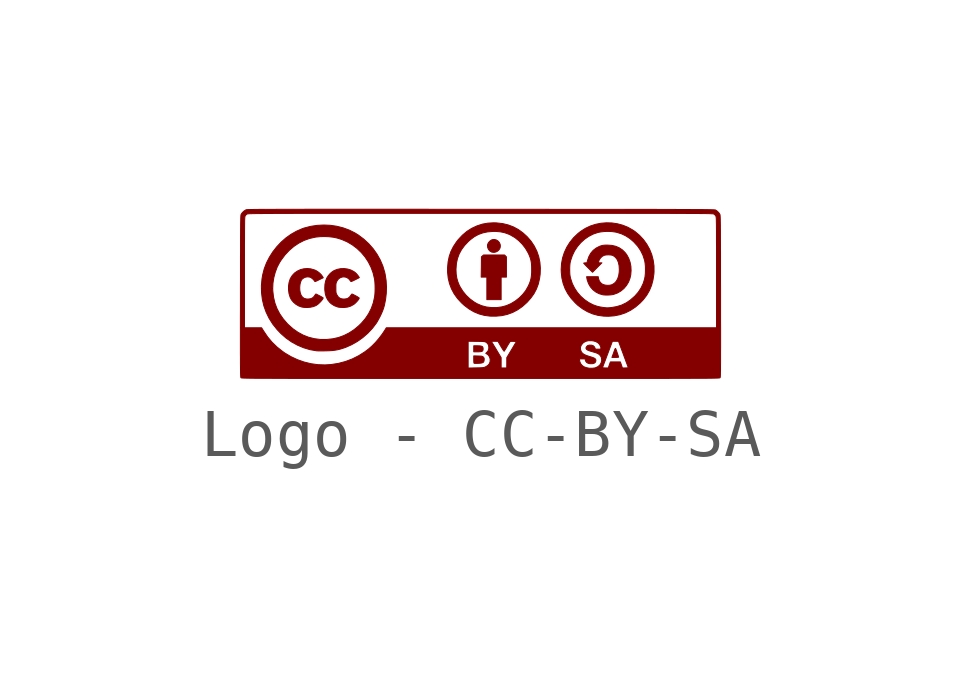
<source format=kicad_sym>
(kicad_symbol_lib
  (version 20241209)
  (generator "kicad_symbol_editor")
  (generator_version "9.0")
  (symbol "Logo - CC-BY-SA"
    (property "Reference" "U"
      (at -4.826 3.048 0)
      (effects (font (size 1.27 1.27)) (hide yes)))
    (symbol "Logo - CC-BY-SA_0_0"
      (polyline (pts (xy -3.81 0) (xy -3.748 0.013) (xy -3.695 0.034) (xy -3.675 0.046) (xy -3.647 0.067) (xy -3.62 0.092) (xy -3.593 0.119) (xy -3.571 0.145) (xy -3.554 0.168) (xy -3.544 0.186) (xy -3.545 0.197) (xy -3.547 0.199) (xy -3.561 0.207) (xy -3.583 0.22) (xy -3.611 0.235) (xy -3.639 0.249) (xy -3.664 0.262) (xy -3.684 0.272) (xy -3.693 0.275) (xy -3.697 0.273) (xy -3.708 0.26) (xy -3.721 0.24) (xy -3.733 0.223) (xy -3.766 0.193) (xy -3.808 0.176) (xy -3.861 0.17) (xy -3.897 0.173) (xy -3.941 0.186) (xy -3.975 0.212) (xy -4.002 0.25) (xy -4.02 0.302) (xy -4.029 0.353) (xy -4.031 0.412) (xy -4.026 0.469) (xy -4.014 0.522) (xy -3.996 0.565) (xy -3.981 0.585) (xy -3.947 0.61) (xy -3.907 0.627) (xy -3.863 0.633) (xy -3.82 0.627) (xy -3.802 0.62) (xy -3.771 0.599) (xy -3.742 0.573) (xy -3.722 0.545) (xy -3.718 0.539) (xy -3.713 0.536) (xy -3.703 0.537) (xy -3.688 0.543) (xy -3.663 0.554) (xy -3.627 0.572) (xy -3.541 0.614) (xy -3.554 0.638) (xy -3.557 0.642) (xy -3.582 0.676) (xy -3.617 0.711) (xy -3.657 0.742) (xy -3.697 0.766) (xy -3.727 0.778) (xy -3.8 0.799) (xy -3.873 0.806) (xy -3.946 0.8) (xy -4.015 0.783) (xy -4.079 0.753) (xy -4.137 0.713) (xy -4.185 0.662) (xy -4.223 0.602) (xy -4.229 0.59) (xy -4.252 0.519) (xy -4.264 0.442) (xy -4.264 0.362) (xy -4.253 0.282) (xy -4.23 0.207) (xy -4.204 0.157) (xy -4.162 0.106) (xy -4.111 0.062) (xy -4.052 0.027) (xy -3.99 0.005) (xy -3.941 -0.003) (xy -3.876 -0.006) (xy -3.81 0)) (stroke (width 0.01) (type default)) (fill (type outline)))
      (polyline (pts (xy -3.547 -0.909) (xy -3.497 -0.908) (xy -3.496 -0.908) (xy -3.418 -0.906) (xy -3.351 -0.902) (xy -3.292 -0.894) (xy -3.235 -0.884) (xy -3.177 -0.869) (xy -3.115 -0.849) (xy -3.076 -0.836) (xy -2.952 -0.781) (xy -2.832 -0.713) (xy -2.719 -0.633) (xy -2.614 -0.542) (xy -2.519 -0.441) (xy -2.436 -0.332) (xy -2.415 -0.298) (xy -2.386 -0.246) (xy -2.356 -0.189) (xy -2.328 -0.13) (xy -2.304 -0.073) (xy -2.287 -0.026) (xy -2.268 0.038) (xy -2.243 0.162) (xy -2.228 0.292) (xy -2.224 0.425) (xy -2.232 0.557) (xy -2.252 0.685) (xy -2.261 0.727) (xy -2.3 0.858) (xy -2.354 0.984) (xy -2.421 1.104) (xy -2.501 1.217) (xy -2.593 1.322) (xy -2.697 1.418) (xy -2.812 1.504) (xy -2.883 1.548) (xy -3.002 1.607) (xy -3.127 1.653) (xy -3.258 1.686) (xy -3.392 1.706) (xy -3.529 1.712) (xy -3.667 1.705) (xy -3.804 1.684) (xy -3.939 1.649) (xy -3.981 1.634) (xy -4.098 1.583) (xy -4.211 1.519) (xy -4.318 1.443) (xy -4.418 1.355) (xy -4.509 1.258) (xy -4.591 1.153) (xy -4.662 1.041) (xy -4.722 0.924) (xy -4.769 0.802) (xy -4.801 0.678) (xy -4.816 0.591) (xy -4.829 0.445) (xy -4.828 0.389) (xy -4.593 0.389) (xy -4.588 0.502) (xy -4.57 0.617) (xy -4.54 0.729) (xy -4.5 0.836) (xy -4.449 0.933) (xy -4.416 0.984) (xy -4.337 1.09) (xy -4.249 1.184) (xy -4.153 1.266) (xy -4.05 1.335) (xy -3.941 1.391) (xy -3.826 1.432) (xy -3.706 1.459) (xy -3.687 1.462) (xy -3.602 1.47) (xy -3.511 1.472) (xy -3.42 1.468) (xy -3.333 1.458) (xy -3.255 1.442) (xy -3.156 1.411) (xy -3.043 1.362) (xy -2.936 1.299) (xy -2.838 1.225) (xy -2.749 1.14) (xy -2.67 1.046) (xy -2.602 0.943) (xy -2.546 0.832) (xy -2.503 0.715) (xy -2.474 0.592) (xy -2.47 0.568) (xy -2.465 0.516) (xy -2.462 0.456) (xy -2.461 0.393) (xy -2.462 0.331) (xy -2.465 0.274) (xy -2.47 0.228) (xy -2.472 0.213) (xy -2.499 0.091) (xy -2.54 -0.024) (xy -2.595 -0.133) (xy -2.663 -0.235) (xy -2.747 -0.333) (xy -2.799 -0.384) (xy -2.897 -0.466) (xy -3.002 -0.535) (xy -3.112 -0.59) (xy -3.225 -0.631) (xy -3.341 -0.657) (xy -3.47 -0.671) (xy -3.6 -0.671) (xy -3.725 -0.655) (xy -3.845 -0.625) (xy -3.96 -0.58) (xy -4.07 -0.52) (xy -4.175 -0.446) (xy -4.274 -0.357) (xy -4.288 -0.343) (xy -4.374 -0.243) (xy -4.446 -0.139) (xy -4.504 -0.029) (xy -4.547 0.086) (xy -4.576 0.209) (xy -4.591 0.338) (xy -4.593 0.389) (xy -4.828 0.389) (xy -4.826 0.302) (xy -4.809 0.163) (xy -4.777 0.027) (xy -4.73 -0.103) (xy -4.669 -0.229) (xy -4.593 -0.35) (xy -4.502 -0.464) (xy -4.423 -0.547) (xy -4.316 -0.641) (xy -4.201 -0.722) (xy -4.079 -0.789) (xy -3.951 -0.843) (xy -3.818 -0.883) (xy -3.681 -0.907) (xy -3.68 -0.907) (xy -3.662 -0.908) (xy -3.632 -0.909) (xy -3.593 -0.909) (xy -3.547 -0.909)) (stroke (width 0.01) (type default)) (fill (type outline)))
      (polyline (pts (xy -3.1 -0.005) (xy -3.031 0.004) (xy -2.968 0.024) (xy -2.909 0.057) (xy -2.9 0.063) (xy -2.875 0.084) (xy -2.85 0.109) (xy -2.826 0.135) (xy -2.807 0.16) (xy -2.795 0.18) (xy -2.792 0.192) (xy -2.795 0.195) (xy -2.808 0.204) (xy -2.829 0.218) (xy -2.856 0.233) (xy -2.885 0.248) (xy -2.911 0.262) (xy -2.931 0.271) (xy -2.942 0.275) (xy -2.948 0.272) (xy -2.959 0.258) (xy -2.974 0.238) (xy -2.989 0.217) (xy -3.021 0.19) (xy -3.061 0.175) (xy -3.111 0.17) (xy -3.154 0.174) (xy -3.196 0.189) (xy -3.23 0.217) (xy -3.256 0.258) (xy -3.263 0.27) (xy -3.27 0.288) (xy -3.275 0.307) (xy -3.277 0.329) (xy -3.278 0.359) (xy -3.278 0.4) (xy -3.278 0.427) (xy -3.278 0.461) (xy -3.276 0.486) (xy -3.272 0.505) (xy -3.266 0.523) (xy -3.256 0.543) (xy -3.25 0.555) (xy -3.22 0.593) (xy -3.18 0.618) (xy -3.131 0.632) (xy -3.127 0.632) (xy -3.082 0.629) (xy -3.039 0.613) (xy -3.001 0.583) (xy -2.971 0.543) (xy -2.969 0.54) (xy -2.963 0.536) (xy -2.954 0.537) (xy -2.938 0.543) (xy -2.913 0.554) (xy -2.877 0.572) (xy -2.874 0.573) (xy -2.841 0.59) (xy -2.815 0.603) (xy -2.797 0.613) (xy -2.79 0.617) (xy -2.791 0.62) (xy -2.799 0.633) (xy -2.813 0.653) (xy -2.831 0.676) (xy -2.85 0.698) (xy -2.867 0.715) (xy -2.904 0.743) (xy -2.965 0.775) (xy -3.032 0.795) (xy -3.104 0.805) (xy -3.177 0.803) (xy -3.248 0.789) (xy -3.315 0.763) (xy -3.316 0.762) (xy -3.342 0.746) (xy -3.373 0.723) (xy -3.4 0.698) (xy -3.434 0.659) (xy -3.468 0.606) (xy -3.491 0.546) (xy -3.505 0.478) (xy -3.509 0.399) (xy -3.508 0.358) (xy -3.498 0.28) (xy -3.478 0.212) (xy -3.447 0.153) (xy -3.404 0.1) (xy -3.373 0.072) (xy -3.312 0.033) (xy -3.241 0.006) (xy -3.235 0.004) (xy -3.204 -0.001) (xy -3.167 -0.004) (xy -3.129 -0.005) (xy -3.1 -0.005)) (stroke (width 0.01) (type default)) (fill (type outline)))
      (polyline (pts (xy -0.314 -1.168) (xy -0.28 -1.166) (xy -0.243 -1.161) (xy -0.218 -1.153) (xy -0.202 -1.14) (xy -0.194 -1.121) (xy -0.19 -1.095) (xy -0.19 -1.091) (xy -0.19 -1.067) (xy -0.196 -1.052) (xy -0.208 -1.037) (xy -0.211 -1.034) (xy -0.222 -1.027) (xy -0.234 -1.022) (xy -0.252 -1.018) (xy -0.279 -1.017) (xy -0.318 -1.015) (xy -0.407 -1.013) (xy -0.407 -1.086) (xy -0.407 -1.104) (xy -0.406 -1.134) (xy -0.404 -1.156) (xy -0.401 -1.166) (xy -0.396 -1.167) (xy -0.377 -1.169) (xy -0.349 -1.169) (xy -0.314 -1.168)) (stroke (width 0.01) (type default)) (fill (type outline)))
      (polyline (pts (xy -0.301 -0.928) (xy -0.263 -0.925) (xy -0.237 -0.919) (xy -0.222 -0.908) (xy -0.214 -0.891) (xy -0.212 -0.867) (xy -0.213 -0.852) (xy -0.218 -0.832) (xy -0.231 -0.817) (xy -0.253 -0.809) (xy -0.286 -0.804) (xy -0.332 -0.803) (xy -0.407 -0.803) (xy -0.407 -0.866) (xy -0.407 -0.928) (xy -0.325 -0.928) (xy -0.301 -0.928)) (stroke (width 0.01) (type default)) (fill (type outline)))
      (polyline (pts (xy 0.056 1.151) (xy 0.092 1.17) (xy 0.121 1.199) (xy 0.141 1.235) (xy 0.147 1.276) (xy 0.142 1.311) (xy 0.125 1.349) (xy 0.097 1.38) (xy 0.062 1.401) (xy 0.022 1.411) (xy -0.02 1.407) (xy -0.044 1.397) (xy -0.076 1.373) (xy -0.102 1.343) (xy -0.117 1.31) (xy -0.121 1.286) (xy -0.117 1.244) (xy -0.101 1.205) (xy -0.075 1.173) (xy -0.04 1.151) (xy -0.026 1.147) (xy 0.016 1.142) (xy 0.056 1.151)) (stroke (width 0.01) (type default)) (fill (type outline)))
      (polyline (pts (xy 0.163 0.392) (xy 0.163 0.627) (xy 0.218 0.627) (xy 0.273 0.627) (xy 0.273 0.838) (xy 0.273 1.049) (xy 0.253 1.069) (xy 0.234 1.088) (xy 0.015 1.088) (xy -0.203 1.088) (xy -0.225 1.069) (xy -0.247 1.05) (xy -0.249 0.838) (xy -0.252 0.627) (xy -0.193 0.627) (xy -0.134 0.627) (xy -0.134 0.392) (xy -0.134 0.158) (xy 0.015 0.158) (xy 0.163 0.158) (xy 0.163 0.392)) (stroke (width 0.01) (type default)) (fill (type outline)))
      (polyline (pts (xy 0.176 -0.175) (xy 0.292 -0.149) (xy 0.402 -0.109) (xy 0.506 -0.054) (xy 0.605 0.015) (xy 0.699 0.099) (xy 0.703 0.103) (xy 0.782 0.192) (xy 0.847 0.283) (xy 0.898 0.38) (xy 0.937 0.484) (xy 0.963 0.597) (xy 0.976 0.69) (xy 0.98 0.816) (xy 0.97 0.938) (xy 0.945 1.056) (xy 0.906 1.168) (xy 0.852 1.275) (xy 0.785 1.376) (xy 0.704 1.469) (xy 0.615 1.55) (xy 0.519 1.619) (xy 0.418 1.673) (xy 0.309 1.714) (xy 0.193 1.742) (xy 0.068 1.756) (xy 0.008 1.758) (xy -0.113 1.751) (xy -0.23 1.73) (xy -0.342 1.693) (xy -0.449 1.643) (xy -0.55 1.579) (xy -0.642 1.501) (xy -0.727 1.411) (xy -0.766 1.361) (xy -0.831 1.263) (xy -0.882 1.162) (xy -0.918 1.057) (xy -0.941 0.945) (xy -0.952 0.825) (xy -0.952 0.783) (xy -0.777 0.783) (xy -0.776 0.804) (xy -0.768 0.913) (xy -0.746 1.014) (xy -0.711 1.109) (xy -0.662 1.199) (xy -0.598 1.286) (xy -0.519 1.37) (xy -0.476 1.408) (xy -0.396 1.468) (xy -0.31 1.515) (xy -0.219 1.548) (xy -0.121 1.569) (xy -0.013 1.578) (xy 0.059 1.578) (xy 0.15 1.57) (xy 0.235 1.552) (xy 0.317 1.523) (xy 0.354 1.506) (xy 0.446 1.453) (xy 0.53 1.387) (xy 0.606 1.31) (xy 0.672 1.224) (xy 0.726 1.131) (xy 0.746 1.088) (xy 0.768 1.032) (xy 0.783 0.979) (xy 0.793 0.922) (xy 0.798 0.858) (xy 0.799 0.783) (xy 0.799 0.727) (xy 0.794 0.661) (xy 0.786 0.602) (xy 0.772 0.548) (xy 0.753 0.494) (xy 0.726 0.435) (xy 0.723 0.43) (xy 0.674 0.344) (xy 0.613 0.267) (xy 0.54 0.194) (xy 0.46 0.131) (xy 0.368 0.075) (xy 0.272 0.033) (xy 0.175 0.007) (xy 0.073 -0.007) (xy -0.036 -0.007) (xy -0.142 0.005) (xy -0.243 0.032) (xy -0.338 0.073) (xy -0.399 0.109) (xy -0.485 0.172) (xy -0.564 0.247) (xy -0.632 0.33) (xy -0.688 0.418) (xy -0.71 0.46) (xy -0.74 0.535) (xy -0.761 0.611) (xy -0.773 0.692) (xy -0.777 0.783) (xy -0.952 0.783) (xy -0.952 0.729) (xy -0.939 0.607) (xy -0.912 0.493) (xy -0.871 0.384) (xy -0.816 0.281) (xy -0.746 0.183) (xy -0.66 0.09) (xy -0.604 0.039) (xy -0.506 -0.035) (xy -0.404 -0.095) (xy -0.296 -0.14) (xy -0.184 -0.17) (xy -0.067 -0.185) (xy 0.054 -0.186) (xy 0.176 -0.175)) (stroke (width 0.01) (type default)) (fill (type outline)))
      (polyline (pts (xy 1.595 -1.483) (xy 1.838 -1.483) (xy 2.068 -1.483) (xy 2.286 -1.482) (xy 2.492 -1.482) (xy 2.686 -1.482) (xy 2.868 -1.482) (xy 3.038 -1.482) (xy 3.198 -1.482) (xy 3.348 -1.482) (xy 3.487 -1.482) (xy 3.616 -1.482) (xy 3.737 -1.481) (xy 3.848 -1.481) (xy 3.95 -1.481) (xy 4.044 -1.481) (xy 4.13 -1.48) (xy 4.208 -1.48) (xy 4.279 -1.48) (xy 4.343 -1.479) (xy 4.401 -1.479) (xy 4.452 -1.479) (xy 4.498 -1.478) (xy 4.538 -1.478) (xy 4.573 -1.477) (xy 4.603 -1.477) (xy 4.628 -1.476) (xy 4.65 -1.476) (xy 4.668 -1.475) (xy 4.682 -1.474) (xy 4.694 -1.474) (xy 4.703 -1.473) (xy 4.71 -1.472) (xy 4.715 -1.471) (xy 4.718 -1.47) (xy 4.72 -1.469) (xy 4.721 -1.468) (xy 4.722 -1.467) (xy 4.723 -1.464) (xy 4.724 -1.459) (xy 4.726 -1.451) (xy 4.727 -1.439) (xy 4.728 -1.424) (xy 4.729 -1.404) (xy 4.729 -1.379) (xy 4.73 -1.348) (xy 4.731 -1.311) (xy 4.731 -1.266) (xy 4.731 -1.214) (xy 4.732 -1.154) (xy 4.732 -1.085) (xy 4.732 -1.006) (xy 4.732 -0.918) (xy 4.733 -0.818) (xy 4.733 -0.708) (xy 4.733 -0.585) (xy 4.733 -0.45) (xy 4.732 -0.301) (xy 4.732 -0.139) (xy 4.732 0.037) (xy 4.732 0.229) (xy 4.732 0.369) (xy 4.731 0.549) (xy 4.731 0.715) (xy 4.731 0.867) (xy 4.731 1.006) (xy 4.731 1.132) (xy 4.73 1.246) (xy 4.73 1.349) (xy 4.729 1.44) (xy 4.729 1.522) (xy 4.729 1.594) (xy 4.728 1.657) (xy 4.728 1.711) (xy 4.727 1.758) (xy 4.726 1.798) (xy 4.726 1.831) (xy 4.725 1.858) (xy 4.724 1.88) (xy 4.723 1.898) (xy 4.722 1.911) (xy 4.721 1.921) (xy 4.719 1.928) (xy 4.718 1.933) (xy 4.716 1.937) (xy 4.695 1.968) (xy 4.663 2) (xy 4.629 2.024) (xy 4.628 2.024) (xy 4.625 2.025) (xy 4.621 2.026) (xy 4.614 2.027) (xy 4.606 2.027) (xy 4.594 2.028) (xy 4.58 2.029) (xy 4.562 2.03) (xy 4.541 2.03) (xy 4.516 2.031) (xy 4.486 2.031) (xy 4.451 2.032) (xy 4.412 2.032) (xy 4.367 2.033) (xy 4.316 2.033) (xy 4.258 2.034) (xy 4.194 2.034) (xy 4.123 2.034) (xy 4.045 2.035) (xy 3.96 2.035) (xy 3.866 2.035) (xy 3.764 2.036) (xy 3.652 2.036) (xy 3.532 2.036) (xy 3.403 2.037) (xy 3.263 2.037) (xy 3.114 2.037) (xy 2.954 2.037) (xy 2.783 2.037) (xy 2.6 2.038) (xy 2.406 2.038) (xy 2.2 2.038) (xy 1.982 2.038) (xy 1.75 2.038) (xy 1.506 2.038) (xy 1.248 2.038) (xy 0.977 2.039) (xy 0.691 2.039) (xy 0.391 2.039) (xy 0.076 2.039) (xy -0.255 2.039) (xy -0.508 2.039) (xy -0.828 2.039) (xy -1.133 2.039) (xy -1.424 2.04) (xy -1.7 2.04) (xy -1.962 2.04) (xy -2.211 2.04) (xy -2.447 2.04) (xy -2.67 2.04) (xy -2.88 2.04) (xy -3.078 2.04) (xy -3.264 2.04) (xy -3.439 2.04) (xy -3.603 2.04) (xy -3.756 2.04) (xy -3.899 2.04) (xy -4.032 2.039) (xy -4.155 2.039) (xy -4.269 2.039) (xy -4.374 2.039) (xy -4.47 2.039) (xy -4.558 2.038) (xy -4.639 2.038) (xy -4.712 2.038) (xy -4.777 2.037) (xy -4.836 2.037) (xy -4.888 2.037) (xy -4.935 2.036) (xy -4.976 2.036) (xy -5.011 2.035) (xy -5.041 2.035) (xy -5.067 2.034) (xy -5.088 2.034) (xy -5.106 2.033) (xy -5.12 2.032) (xy -5.13 2.031) (xy -5.138 2.031) (xy -5.144 2.03) (xy -5.147 2.029) (xy -5.157 2.024) (xy -5.192 2.002) (xy -5.225 1.971) (xy -5.249 1.937) (xy -5.251 1.934) (xy -5.252 1.929) (xy -5.253 1.923) (xy -5.255 1.913) (xy -5.256 1.901) (xy -5.257 1.885) (xy -5.258 1.864) (xy -5.259 1.838) (xy -5.259 1.807) (xy -5.26 1.769) (xy -5.261 1.724) (xy -5.261 1.672) (xy -5.262 1.611) (xy -5.262 1.542) (xy -5.263 1.463) (xy -5.263 1.375) (xy -5.263 1.275) (xy -5.263 1.165) (xy -5.264 1.042) (xy -5.264 0.907) (xy -5.264 0.759) (xy -5.264 0.597) (xy -5.265 0.42) (xy -5.265 0.229) (xy -5.265 0.133) (xy -5.265 -0.051) (xy -5.266 -0.22) (xy -5.266 -0.376) (xy -5.266 -0.428) (xy -5.181 -0.428) (xy -5.181 0.723) (xy -5.181 0.829) (xy -5.181 0.976) (xy -5.181 1.108) (xy -5.181 1.227) (xy -5.181 1.334) (xy -5.18 1.428) (xy -5.18 1.511) (xy -5.18 1.583) (xy -5.179 1.645) (xy -5.179 1.699) (xy -5.178 1.744) (xy -5.178 1.781) (xy -5.177 1.812) (xy -5.176 1.837) (xy -5.175 1.856) (xy -5.174 1.871) (xy -5.172 1.882) (xy -5.171 1.89) (xy -5.169 1.896) (xy -5.167 1.9) (xy -5.15 1.923) (xy -5.126 1.941) (xy -5.124 1.942) (xy -5.121 1.943) (xy -5.116 1.944) (xy -5.11 1.945) (xy -5.101 1.945) (xy -5.09 1.946) (xy -5.076 1.947) (xy -5.058 1.948) (xy -5.037 1.948) (xy -5.012 1.949) (xy -4.982 1.949) (xy -4.948 1.95) (xy -4.909 1.95) (xy -4.864 1.951) (xy -4.814 1.951) (xy -4.757 1.952) (xy -4.694 1.952) (xy -4.623 1.952) (xy -4.546 1.953) (xy -4.461 1.953) (xy -4.367 1.953) (xy -4.266 1.953) (xy -4.156 1.954) (xy -4.037 1.954) (xy -3.908 1.954) (xy -3.769 1.954) (xy -3.621 1.954) (xy -3.461 1.954) (xy -3.291 1.954) (xy -3.11 1.955) (xy -2.917 1.955) (xy -2.712 1.955) (xy -2.494 1.955) (xy -2.264 1.955) (xy -2.021 1.955) (xy -1.764 1.955) (xy -1.494 1.955) (xy -1.209 1.955) (xy -0.91 1.955) (xy -0.596 1.955) (xy -0.266 1.955) (xy -0.082 1.955) (xy 0.239 1.955) (xy 0.544 1.955) (xy 0.835 1.955) (xy 1.111 1.955) (xy 1.374 1.955) (xy 1.623 1.955) (xy 1.858 1.955) (xy 2.081 1.955) (xy 2.291 1.955) (xy 2.489 1.955) (xy 2.676 1.955) (xy 2.851 1.954) (xy 3.014 1.954) (xy 3.168 1.954) (xy 3.311 1.954) (xy 3.443 1.954) (xy 3.567 1.954) (xy 3.681 1.954) (xy 3.786 1.953) (xy 3.883 1.953) (xy 3.971 1.953) (xy 4.052 1.952) (xy 4.125 1.952) (xy 4.191 1.952) (xy 4.251 1.952) (xy 4.304 1.951) (xy 4.352 1.951) (xy 4.393 1.95) (xy 4.43 1.95) (xy 4.462 1.949) (xy 4.489 1.949) (xy 4.512 1.948) (xy 4.531 1.947) (xy 4.547 1.947) (xy 4.559 1.946) (xy 4.57 1.945) (xy 4.577 1.944) (xy 4.583 1.944) (xy 4.588 1.943) (xy 4.59 1.942) (xy 4.593 1.941) (xy 4.594 1.94) (xy 4.616 1.922) (xy 4.633 1.9) (xy 4.634 1.9) (xy 4.636 1.895) (xy 4.637 1.89) (xy 4.639 1.883) (xy 4.64 1.873) (xy 4.642 1.859) (xy 4.643 1.841) (xy 4.644 1.819) (xy 4.644 1.79) (xy 4.645 1.755) (xy 4.646 1.713) (xy 4.646 1.663) (xy 4.647 1.603) (xy 4.647 1.535) (xy 4.647 1.456) (xy 4.647 1.366) (xy 4.648 1.264) (xy 4.648 1.149) (xy 4.648 1.021) (xy 4.648 0.879) (xy 4.648 0.723) (xy 4.648 -0.428) (xy 1.21 -0.428) (xy -2.228 -0.428) (xy -2.257 -0.476) (xy -2.259 -0.479) (xy -2.316 -0.564) (xy -2.381 -0.649) (xy -2.451 -0.731) (xy -2.524 -0.805) (xy -2.595 -0.868) (xy -2.673 -0.927) (xy -2.767 -0.987) (xy -0.524 -0.987) (xy -0.524 -0.708) (xy -0.448 -0.709) (xy -0.041 -0.709) (xy 0.028 -0.709) (xy 0.097 -0.709) (xy 0.158 -0.815) (xy 0.171 -0.836) (xy 0.191 -0.869) (xy 0.208 -0.895) (xy 0.22 -0.911) (xy 0.226 -0.916) (xy 0.227 -0.915) (xy 0.235 -0.902) (xy 0.249 -0.88) (xy 0.268 -0.85) (xy 0.288 -0.814) (xy 0.296 -0.8) (xy 0.317 -0.766) (xy 0.334 -0.739) (xy 0.347 -0.72) (xy 0.354 -0.712) (xy 0.355 -0.712) (xy 0.369 -0.711) (xy 0.393 -0.71) (xy 0.423 -0.711) (xy 0.482 -0.713) (xy 0.382 -0.881) (xy 0.281 -1.049) (xy 0.281 -1.1) (xy 1.796 -1.1) (xy 1.796 -1.076) (xy 1.854 -1.076) (xy 1.911 -1.076) (xy 1.917 -1.103) (xy 1.922 -1.12) (xy 1.941 -1.147) (xy 1.972 -1.166) (xy 2.012 -1.176) (xy 2.059 -1.176) (xy 2.076 -1.173) (xy 2.109 -1.161) (xy 2.129 -1.14) (xy 2.136 -1.112) (xy 2.136 -1.111) (xy 2.134 -1.093) (xy 2.126 -1.078) (xy 2.111 -1.065) (xy 2.087 -1.053) (xy 2.051 -1.04) (xy 2.002 -1.025) (xy 1.996 -1.023) (xy 1.941 -1.005) (xy 1.9 -0.987) (xy 1.869 -0.968) (xy 1.846 -0.946) (xy 1.829 -0.92) (xy 1.829 -0.919) (xy 1.814 -0.875) (xy 1.815 -0.831) (xy 1.832 -0.79) (xy 1.863 -0.75) (xy 1.887 -0.731) (xy 1.932 -0.708) (xy 1.984 -0.696) (xy 2.046 -0.696) (xy 2.085 -0.701) (xy 2.139 -0.717) (xy 2.182 -0.743) (xy 2.214 -0.777) (xy 2.234 -0.819) (xy 2.24 -0.843) (xy 2.241 -0.86) (xy 2.234 -0.869) (xy 2.216 -0.873) (xy 2.184 -0.873) (xy 2.127 -0.873) (xy 2.114 -0.842) (xy 2.107 -0.827) (xy 2.083 -0.803) (xy 2.048 -0.79) (xy 2.004 -0.789) (xy 1.987 -0.792) (xy 1.964 -0.799) (xy 1.947 -0.814) (xy 1.932 -0.837) (xy 1.93 -0.859) (xy 1.943 -0.879) (xy 1.971 -0.896) (xy 2.014 -0.912) (xy 2.044 -0.92) (xy 2.086 -0.933) (xy 2.124 -0.944) (xy 2.153 -0.954) (xy 2.199 -0.978) (xy 2.231 -1.01) (xy 2.251 -1.05) (xy 2.257 -1.098) (xy 2.256 -1.116) (xy 2.243 -1.163) (xy 2.217 -1.204) (xy 2.179 -1.236) (xy 2.135 -1.257) (xy 2.274 -1.257) (xy 2.277 -1.248) (xy 2.286 -1.225) (xy 2.298 -1.192) (xy 2.314 -1.149) (xy 2.334 -1.098) (xy 2.355 -1.041) (xy 2.378 -0.98) (xy 2.48 -0.709) (xy 2.543 -0.709) (xy 2.607 -0.709) (xy 2.707 -0.977) (xy 2.729 -1.038) (xy 2.751 -1.095) (xy 2.769 -1.146) (xy 2.786 -1.189) (xy 2.798 -1.222) (xy 2.806 -1.245) (xy 2.81 -1.254) (xy 2.81 -1.257) (xy 2.802 -1.261) (xy 2.783 -1.263) (xy 2.751 -1.264) (xy 2.688 -1.264) (xy 2.667 -1.201) (xy 2.646 -1.139) (xy 2.542 -1.139) (xy 2.438 -1.139) (xy 2.416 -1.201) (xy 2.394 -1.264) (xy 2.333 -1.264) (xy 2.325 -1.264) (xy 2.298 -1.263) (xy 2.28 -1.26) (xy 2.274 -1.257) (xy 2.135 -1.257) (xy 2.131 -1.259) (xy 2.114 -1.264) (xy 2.057 -1.271) (xy 1.996 -1.27) (xy 1.937 -1.258) (xy 1.886 -1.239) (xy 1.851 -1.213) (xy 1.822 -1.179) (xy 1.803 -1.139) (xy 1.796 -1.1) (xy 0.281 -1.1) (xy 0.281 -1.157) (xy 0.28 -1.264) (xy 0.222 -1.264) (xy 0.163 -1.264) (xy 0.163 -1.157) (xy 0.163 -1.049) (xy 0.076 -0.904) (xy 0.069 -0.891) (xy 0.043 -0.848) (xy 0.018 -0.808) (xy -0.002 -0.774) (xy -0.017 -0.749) (xy -0.026 -0.735) (xy -0.041 -0.709) (xy -0.448 -0.709) (xy -0.35 -0.711) (xy -0.315 -0.711) (xy -0.267 -0.712) (xy -0.23 -0.713) (xy -0.203 -0.715) (xy -0.184 -0.717) (xy -0.17 -0.72) (xy -0.159 -0.725) (xy -0.149 -0.73) (xy -0.118 -0.757) (xy -0.099 -0.792) (xy -0.093 -0.837) (xy -0.096 -0.871) (xy -0.111 -0.912) (xy -0.139 -0.943) (xy -0.141 -0.945) (xy -0.153 -0.956) (xy -0.156 -0.961) (xy -0.156 -0.962) (xy -0.146 -0.967) (xy -0.13 -0.976) (xy -0.103 -0.998) (xy -0.08 -1.032) (xy -0.067 -1.073) (xy -0.065 -1.085) (xy -0.067 -1.134) (xy -0.082 -1.175) (xy -0.11 -1.209) (xy -0.153 -1.237) (xy -0.168 -1.244) (xy -0.182 -1.25) (xy -0.196 -1.254) (xy -0.213 -1.257) (xy -0.236 -1.259) (xy -0.267 -1.261) (xy -0.308 -1.262) (xy -0.362 -1.263) (xy -0.524 -1.266) (xy -0.524 -0.987) (xy -2.767 -0.987) (xy -2.802 -1.009) (xy -2.937 -1.077) (xy -3.078 -1.13) (xy -3.225 -1.169) (xy -3.378 -1.193) (xy -3.504 -1.201) (xy -3.651 -1.196) (xy -3.796 -1.176) (xy -3.939 -1.141) (xy -4.078 -1.092) (xy -4.213 -1.029) (xy -4.343 -0.952) (xy -4.388 -0.92) (xy -4.503 -0.829) (xy -4.607 -0.728) (xy -4.7 -0.617) (xy -4.783 -0.494) (xy -4.824 -0.428) (xy -5.002 -0.428) (xy -5.181 -0.428) (xy -5.266 -0.428) (xy -5.266 -0.517) (xy -5.266 -0.646) (xy -5.266 -0.763) (xy -5.266 -0.868) (xy -5.266 -0.963) (xy -5.265 -1.046) (xy -5.265 -1.12) (xy -5.265 -1.185) (xy -5.264 -1.241) (xy -5.264 -1.289) (xy -5.263 -1.33) (xy -5.263 -1.364) (xy -5.262 -1.392) (xy -5.261 -1.414) (xy -5.26 -1.432) (xy -5.259 -1.445) (xy -5.258 -1.455) (xy -5.257 -1.462) (xy -5.255 -1.466) (xy -5.254 -1.468) (xy -5.254 -1.469) (xy -5.252 -1.47) (xy -5.25 -1.47) (xy -5.246 -1.471) (xy -5.241 -1.472) (xy -5.234 -1.473) (xy -5.224 -1.474) (xy -5.211 -1.474) (xy -5.196 -1.475) (xy -5.177 -1.476) (xy -5.154 -1.476) (xy -5.127 -1.477) (xy -5.095 -1.477) (xy -5.059 -1.478) (xy -5.017 -1.478) (xy -4.97 -1.479) (xy -4.917 -1.479) (xy -4.857 -1.48) (xy -4.791 -1.48) (xy -4.717 -1.48) (xy -4.637 -1.48) (xy -4.548 -1.481) (xy -4.452 -1.481) (xy -4.347 -1.481) (xy -4.233 -1.482) (xy -4.11 -1.482) (xy -3.977 -1.482) (xy -3.835 -1.482) (xy -3.682 -1.482) (xy -3.519 -1.482) (xy -3.344 -1.482) (xy -3.159 -1.482) (xy -2.961 -1.482) (xy -2.752 -1.482) (xy -2.53 -1.483) (xy -2.296 -1.483) (xy -2.048 -1.483) (xy -1.787 -1.483) (xy -1.512 -1.483) (xy -1.223 -1.483) (xy -0.919 -1.483) (xy -0.6 -1.483) (xy -0.267 -1.483) (xy -0.16 -1.483) (xy 0.17 -1.483) (xy 0.483 -1.483) (xy 0.782 -1.483) (xy 1.067 -1.483) (xy 1.338 -1.483) (xy 1.595 -1.483)) (stroke (width 0.01) (type default)) (fill (type outline)))
      (polyline (pts (xy 2.442 0.257) (xy 2.486 0.263) (xy 2.506 0.268) (xy 2.584 0.296) (xy 2.655 0.337) (xy 2.719 0.39) (xy 2.772 0.453) (xy 2.816 0.525) (xy 2.846 0.604) (xy 2.862 0.674) (xy 2.869 0.763) (xy 2.865 0.852) (xy 2.848 0.938) (xy 2.819 1.019) (xy 2.78 1.091) (xy 2.747 1.135) (xy 2.689 1.193) (xy 2.623 1.237) (xy 2.549 1.269) (xy 2.466 1.288) (xy 2.374 1.294) (xy 2.349 1.294) (xy 2.312 1.292) (xy 2.283 1.289) (xy 2.257 1.283) (xy 2.229 1.274) (xy 2.212 1.268) (xy 2.14 1.231) (xy 2.079 1.183) (xy 2.029 1.124) (xy 1.99 1.054) (xy 1.962 0.973) (xy 1.949 0.924) (xy 1.915 0.924) (xy 1.907 0.923) (xy 1.889 0.921) (xy 1.882 0.918) (xy 1.885 0.913) (xy 1.897 0.9) (xy 1.917 0.878) (xy 1.943 0.851) (xy 1.974 0.82) (xy 2.066 0.728) (xy 2.163 0.826) (xy 2.261 0.924) (xy 2.224 0.924) (xy 2.206 0.924) (xy 2.193 0.926) (xy 2.189 0.932) (xy 2.192 0.945) (xy 2.204 0.982) (xy 2.231 1.024) (xy 2.267 1.059) (xy 2.309 1.081) (xy 2.316 1.083) (xy 2.35 1.089) (xy 2.39 1.091) (xy 2.43 1.09) (xy 2.466 1.085) (xy 2.491 1.077) (xy 2.501 1.072) (xy 2.545 1.038) (xy 2.58 0.992) (xy 2.604 0.935) (xy 2.619 0.867) (xy 2.624 0.786) (xy 2.622 0.732) (xy 2.611 0.658) (xy 2.59 0.594) (xy 2.56 0.54) (xy 2.521 0.499) (xy 2.474 0.471) (xy 2.471 0.469) (xy 2.426 0.458) (xy 2.375 0.456) (xy 2.323 0.462) (xy 2.277 0.478) (xy 2.263 0.486) (xy 2.229 0.516) (xy 2.204 0.555) (xy 2.19 0.601) (xy 2.185 0.635) (xy 2.064 0.635) (xy 1.943 0.635) (xy 1.949 0.602) (xy 1.956 0.567) (xy 1.983 0.492) (xy 2.022 0.424) (xy 2.072 0.366) (xy 2.132 0.319) (xy 2.2 0.283) (xy 2.277 0.26) (xy 2.294 0.257) (xy 2.34 0.254) (xy 2.391 0.254) (xy 2.442 0.257)) (stroke (width 0.01) (type default)) (fill (type outline)))
      (polyline (pts (xy 2.518 -0.179) (xy 2.637 -0.155) (xy 2.75 -0.117) (xy 2.857 -0.064) (xy 2.959 0.004) (xy 3.055 0.086) (xy 3.125 0.159) (xy 3.195 0.251) (xy 3.251 0.349) (xy 3.295 0.455) (xy 3.325 0.569) (xy 3.344 0.693) (xy 3.347 0.74) (xy 3.346 0.862) (xy 3.329 0.981) (xy 3.299 1.097) (xy 3.254 1.208) (xy 3.196 1.312) (xy 3.126 1.409) (xy 3.043 1.498) (xy 2.949 1.577) (xy 2.903 1.608) (xy 2.802 1.665) (xy 2.695 1.708) (xy 2.584 1.738) (xy 2.47 1.755) (xy 2.355 1.758) (xy 2.241 1.749) (xy 2.128 1.726) (xy 2.02 1.691) (xy 1.917 1.642) (xy 1.82 1.58) (xy 1.762 1.534) (xy 1.672 1.448) (xy 1.595 1.353) (xy 1.531 1.251) (xy 1.48 1.142) (xy 1.443 1.028) (xy 1.421 0.91) (xy 1.413 0.787) (xy 1.414 0.775) (xy 1.591 0.775) (xy 1.591 0.778) (xy 1.591 0.822) (xy 1.593 0.865) (xy 1.596 0.901) (xy 1.6 0.928) (xy 1.61 0.971) (xy 1.645 1.075) (xy 1.692 1.173) (xy 1.752 1.263) (xy 1.821 1.344) (xy 1.899 1.415) (xy 1.986 1.475) (xy 2.079 1.523) (xy 2.179 1.557) (xy 2.24 1.569) (xy 2.316 1.577) (xy 2.396 1.579) (xy 2.474 1.575) (xy 2.545 1.565) (xy 2.576 1.558) (xy 2.671 1.528) (xy 2.759 1.486) (xy 2.842 1.432) (xy 2.923 1.363) (xy 2.928 1.357) (xy 3.005 1.273) (xy 3.067 1.182) (xy 3.115 1.085) (xy 3.149 0.982) (xy 3.151 0.974) (xy 3.161 0.916) (xy 3.167 0.849) (xy 3.168 0.778) (xy 3.166 0.706) (xy 3.16 0.64) (xy 3.149 0.585) (xy 3.123 0.499) (xy 3.077 0.402) (xy 3.018 0.312) (xy 2.945 0.229) (xy 2.941 0.226) (xy 2.855 0.151) (xy 2.765 0.09) (xy 2.67 0.044) (xy 2.568 0.013) (xy 2.46 -0.006) (xy 2.443 -0.007) (xy 2.41 -0.011) (xy 2.383 -0.012) (xy 2.366 -0.013) (xy 2.357 -0.012) (xy 2.292 -0.005) (xy 2.223 0.006) (xy 2.16 0.021) (xy 2.076 0.051) (xy 1.984 0.099) (xy 1.898 0.159) (xy 1.819 0.23) (xy 1.75 0.31) (xy 1.692 0.398) (xy 1.645 0.492) (xy 1.612 0.592) (xy 1.607 0.611) (xy 1.599 0.648) (xy 1.594 0.684) (xy 1.592 0.725) (xy 1.591 0.775) (xy 1.414 0.775) (xy 1.415 0.729) (xy 1.428 0.608) (xy 1.455 0.494) (xy 1.496 0.385) (xy 1.551 0.283) (xy 1.621 0.185) (xy 1.706 0.092) (xy 1.759 0.042) (xy 1.857 -0.032) (xy 1.959 -0.092) (xy 2.067 -0.138) (xy 2.179 -0.169) (xy 2.296 -0.185) (xy 2.394 -0.188) (xy 2.518 -0.179)) (stroke (width 0.01) (type default)) (fill (type outline)))
      (polyline (pts (xy 2.554 -1.045) (xy 2.582 -1.044) (xy 2.601 -1.042) (xy 2.609 -1.039) (xy 2.607 -1.033) (xy 2.602 -1.015) (xy 2.594 -0.989) (xy 2.583 -0.958) (xy 2.572 -0.925) (xy 2.562 -0.896) (xy 2.553 -0.874) (xy 2.548 -0.861) (xy 2.544 -0.858) (xy 2.538 -0.863) (xy 2.53 -0.879) (xy 2.519 -0.909) (xy 2.517 -0.914) (xy 2.505 -0.949) (xy 2.493 -0.982) (xy 2.483 -1.008) (xy 2.47 -1.045) (xy 2.539 -1.045) (xy 2.554 -1.045)) (stroke (width 0.01) (type default)) (fill (type outline))))))
</source>
